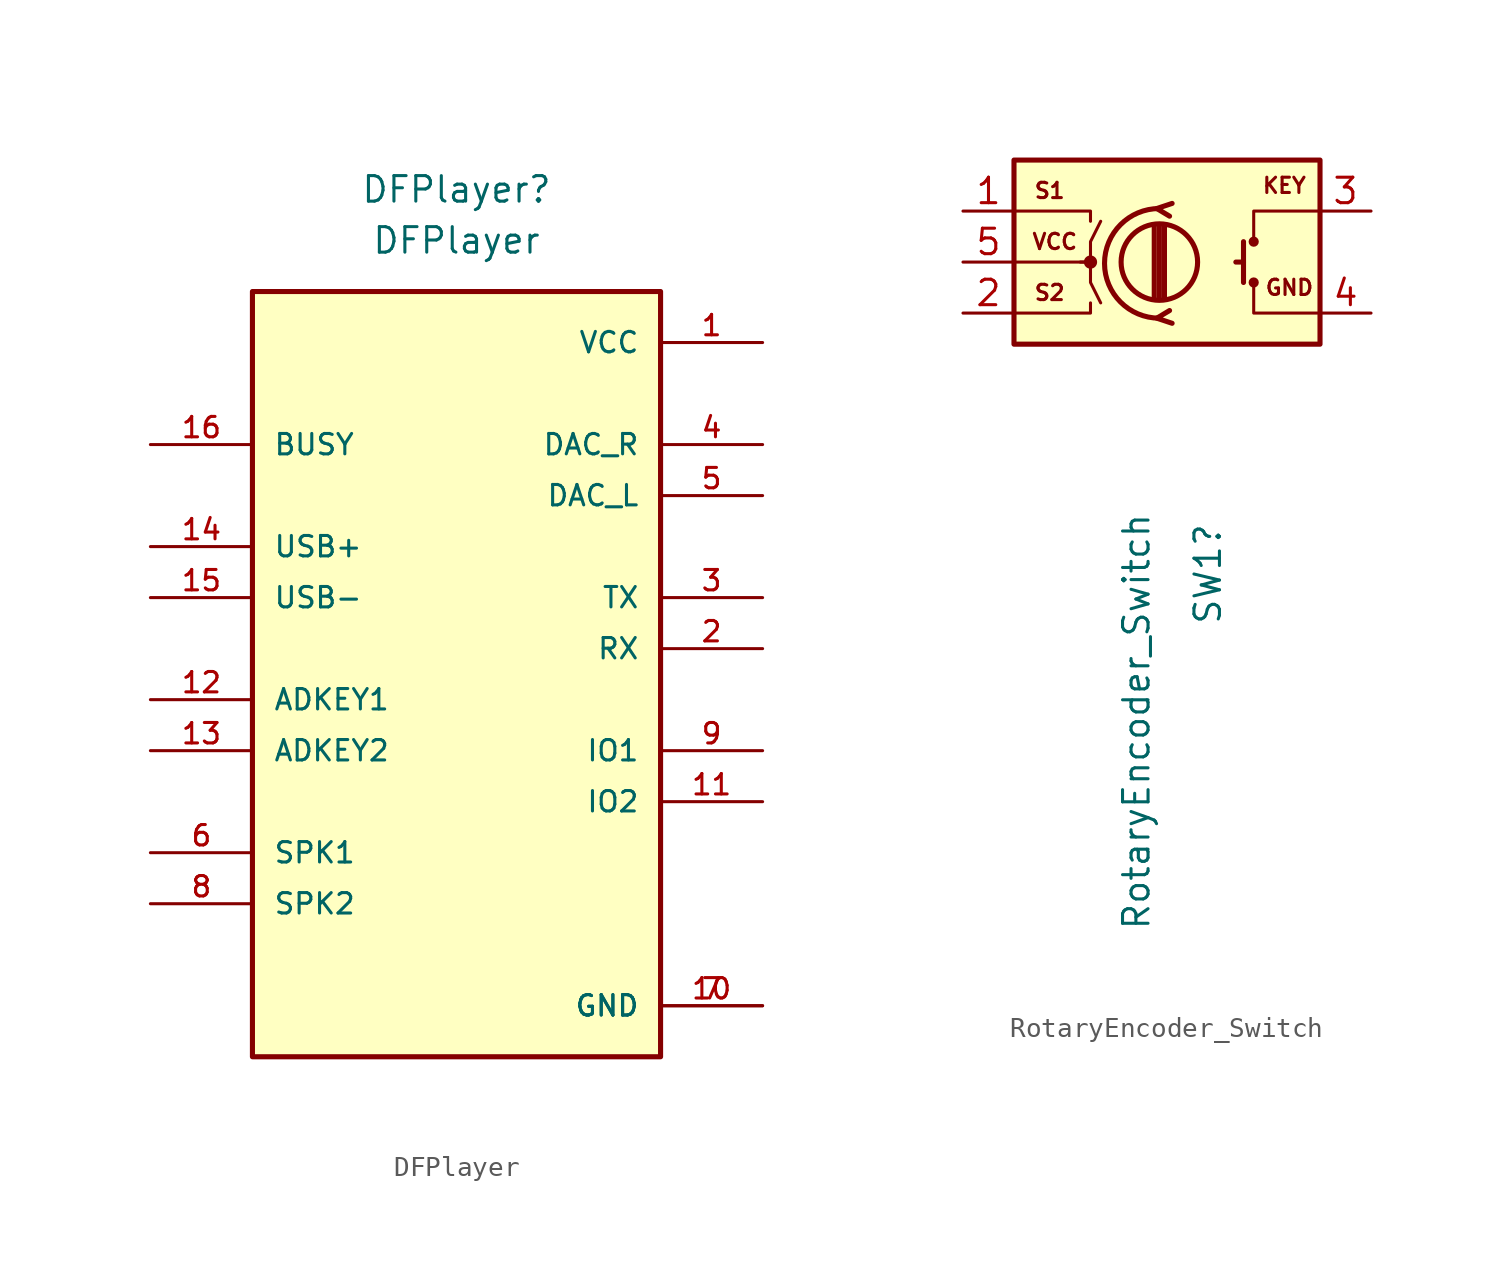
<source format=kicad_sym>
(kicad_symbol_lib
  (version 20231120)
  (generator "kicad_symbol_editor")
  (generator_version "8.0")
  (symbol "DFPlayer"
    (pin_names
      (offset 1.016))
    (property "Reference" "DFPlayer"
      (at 0 22.86 0)
      (effects (font (size 1.27 1.27))))
    (property "Value" "DFPlayer"
      (at 0 20.32 0)
      (effects (font (size 1.27 1.27))))
    (symbol "DFPlayer_0_0"
      (rectangle (start -10.16 17.78) (end 10.16 -20.32) (stroke (width 0.254) (type default)) (fill (type background)))
      (pin power_in line (at 15.24 15.24 180) (length 5.08) (name "VCC" (effects (font (size 1.016 1.016)))) (number "1" (effects (font (size 1.016 1.016)))))
      (pin power_in line (at 15.24 -17.78 180) (length 5.08) (name "GND" (effects (font (size 1.016 1.016)))) (number "10" (effects (font (size 1.016 1.016)))))
      (pin bidirectional line (at 15.24 -7.62 180) (length 5.08) (name "IO2" (effects (font (size 1.016 1.016)))) (number "11" (effects (font (size 1.016 1.016)))))
      (pin input line (at -15.24 -2.54 0) (length 5.08) (name "ADKEY1" (effects (font (size 1.016 1.016)))) (number "12" (effects (font (size 1.016 1.016)))))
      (pin input line (at -15.24 -5.08 0) (length 5.08) (name "ADKEY2" (effects (font (size 1.016 1.016)))) (number "13" (effects (font (size 1.016 1.016)))))
      (pin input line (at -15.24 5.08 0) (length 5.08) (name "USB+" (effects (font (size 1.016 1.016)))) (number "14" (effects (font (size 1.016 1.016)))))
      (pin input line (at -15.24 2.54 0) (length 5.08) (name "USB-" (effects (font (size 1.016 1.016)))) (number "15" (effects (font (size 1.016 1.016)))))
      (pin input line (at -15.24 10.16 0) (length 5.08) (name "BUSY" (effects (font (size 1.016 1.016)))) (number "16" (effects (font (size 1.016 1.016)))))
      (pin input line (at 15.24 0 180) (length 5.08) (name "RX" (effects (font (size 1.016 1.016)))) (number "2" (effects (font (size 1.016 1.016)))))
      (pin output line (at 15.24 2.54 180) (length 5.08) (name "TX" (effects (font (size 1.016 1.016)))) (number "3" (effects (font (size 1.016 1.016)))))
      (pin output line (at 15.24 10.16 180) (length 5.08) (name "DAC_R" (effects (font (size 1.016 1.016)))) (number "4" (effects (font (size 1.016 1.016)))))
      (pin output line (at 15.24 7.62 180) (length 5.08) (name "DAC_L" (effects (font (size 1.016 1.016)))) (number "5" (effects (font (size 1.016 1.016)))))
      (pin passive line (at -15.24 -10.16 0) (length 5.08) (name "SPK1" (effects (font (size 1.016 1.016)))) (number "6" (effects (font (size 1.016 1.016)))))
      (pin power_in line (at 15.24 -17.78 180) (length 5.08) (name "GND" (effects (font (size 1.016 1.016)))) (number "7" (effects (font (size 1.016 1.016)))))
      (pin passive line (at -15.24 -12.7 0) (length 5.08) (name "SPK2" (effects (font (size 1.016 1.016)))) (number "8" (effects (font (size 1.016 1.016)))))
      (pin bidirectional line (at 15.24 -5.08 180) (length 5.08) (name "IO1" (effects (font (size 1.016 1.016)))) (number "9" (effects (font (size 1.016 1.016)))))))
  (symbol "RotaryEncoder_Switch"
    (pin_names
      (offset 0.254) hide)
    (property "Reference" "SW1"
      (at 2.032 -12.954 90)
      (effects (font (size 1.27 1.27)) (justify right)))
    (property "Value" "RotaryEncoder_Switch"
      (at -1.524 -12.446 90)
      (effects (font (size 1.27 1.27)) (justify right)))
    (symbol "RotaryEncoder_Switch_0_1"
      (rectangle (start -7.62 5.08) (end 7.62 -4.089) (stroke (width 0.254) (type default)) (fill (type background)))
      (circle (center -3.81 0) (radius 0.254) (stroke (width 0) (type default)) (fill (type outline)))
      (circle (center -0.381 0) (radius 1.905) (stroke (width 0.254) (type default)) (fill (type none)))
      (arc (start -0.381 2.667) (mid -3.0988 -0.0635) (end -0.381 -2.794) (stroke (width 0.254) (type default)) (fill (type none)))
      (polyline (pts (xy -0.635 -1.778) (xy -0.635 1.778)) (stroke (width 0.254) (type default)) (fill (type none)))
      (polyline (pts (xy -0.381 -1.778) (xy -0.381 1.778)) (stroke (width 0.254) (type default)) (fill (type none)))
      (polyline (pts (xy -0.127 1.778) (xy -0.127 -1.778)) (stroke (width 0.254) (type default)) (fill (type none)))
      (polyline (pts (xy 3.81 0) (xy 3.429 0)) (stroke (width 0.254) (type default)) (fill (type none)))
      (polyline (pts (xy 3.81 1.016) (xy 3.81 -1.016)) (stroke (width 0.254) (type default)) (fill (type none)))
      (polyline (pts (xy -7.62 -2.54) (xy -3.81 -2.54) (xy -3.81 -2.032)) (stroke (width 0) (type default)) (fill (type none)))
      (polyline (pts (xy -7.62 2.54) (xy -3.81 2.54) (xy -3.81 2.032)) (stroke (width 0) (type default)) (fill (type none)))
      (polyline (pts (xy 0.254 -3.048) (xy -0.508 -2.794) (xy 0.127 -2.413)) (stroke (width 0.254) (type default)) (fill (type none)))
      (polyline (pts (xy 0.254 2.921) (xy -0.508 2.667) (xy 0.127 2.286)) (stroke (width 0.254) (type default)) (fill (type none)))
      (polyline (pts (xy -7.62 0) (xy -3.81 0) (xy -3.81 -1.016) (xy -3.302 -2.032)) (stroke (width 0) (type default)) (fill (type none)))
      (polyline (pts (xy -4.318 0) (xy -3.81 0) (xy -3.81 1.016) (xy -3.302 2.032)) (stroke (width 0) (type default)) (fill (type none)))
      (circle (center 4.318 -1.016) (radius 0.127) (stroke (width 0.254) (type default)) (fill (type none)))
      (circle (center 4.318 1.016) (radius 0.127) (stroke (width 0.254) (type default)) (fill (type none))))
    (symbol "RotaryEncoder_Switch_1_1"
      (polyline (pts (xy 7.62 -2.54) (xy 4.318 -2.54) (xy 4.318 -1.016)) (stroke (width 0) (type default)) (fill (type none)))
      (polyline (pts (xy 7.62 2.54) (xy 4.318 2.54) (xy 4.318 1.016)) (stroke (width 0) (type default)) (fill (type none)))
      (text "GND" (at 6.096 -1.27 0) (effects (font (size 0.762 0.762))))
      (text "KEY" (at 5.842 3.81 0) (effects (font (size 0.762 0.762))))
      (text "S1" (at -5.842 3.556 0) (effects (font (size 0.762 0.762))))
      (text "S2" (at -5.842 -1.524 0) (effects (font (size 0.762 0.762))))
      (text "VCC" (at -5.588 1.016 0) (effects (font (size 0.762 0.762))))
      (pin output line (at -10.16 2.54 0) (length 2.54) (name "S1" (effects (font (size 1.27 1.27)))) (number "1" (effects (font (size 1.27 1.27)))))
      (pin output line (at -10.16 -2.54 0) (length 2.54) (name "S2" (effects (font (size 1.27 1.27)))) (number "2" (effects (font (size 1.27 1.27)))))
      (pin output line (at 10.16 2.54 180) (length 2.54) (name "KEY" (effects (font (size 1.27 1.27)))) (number "3" (effects (font (size 1.27 1.27)))))
      (pin power_in line (at 10.16 -2.54 180) (length 2.54) (name "GND" (effects (font (size 1.27 1.27)))) (number "4" (effects (font (size 1.27 1.27)))))
      (pin power_in line (at -10.16 0 0) (length 2.54) (name "VCC" (effects (font (size 1.27 1.27)))) (number "5" (effects (font (size 1.27 1.27))))))))
</source>
